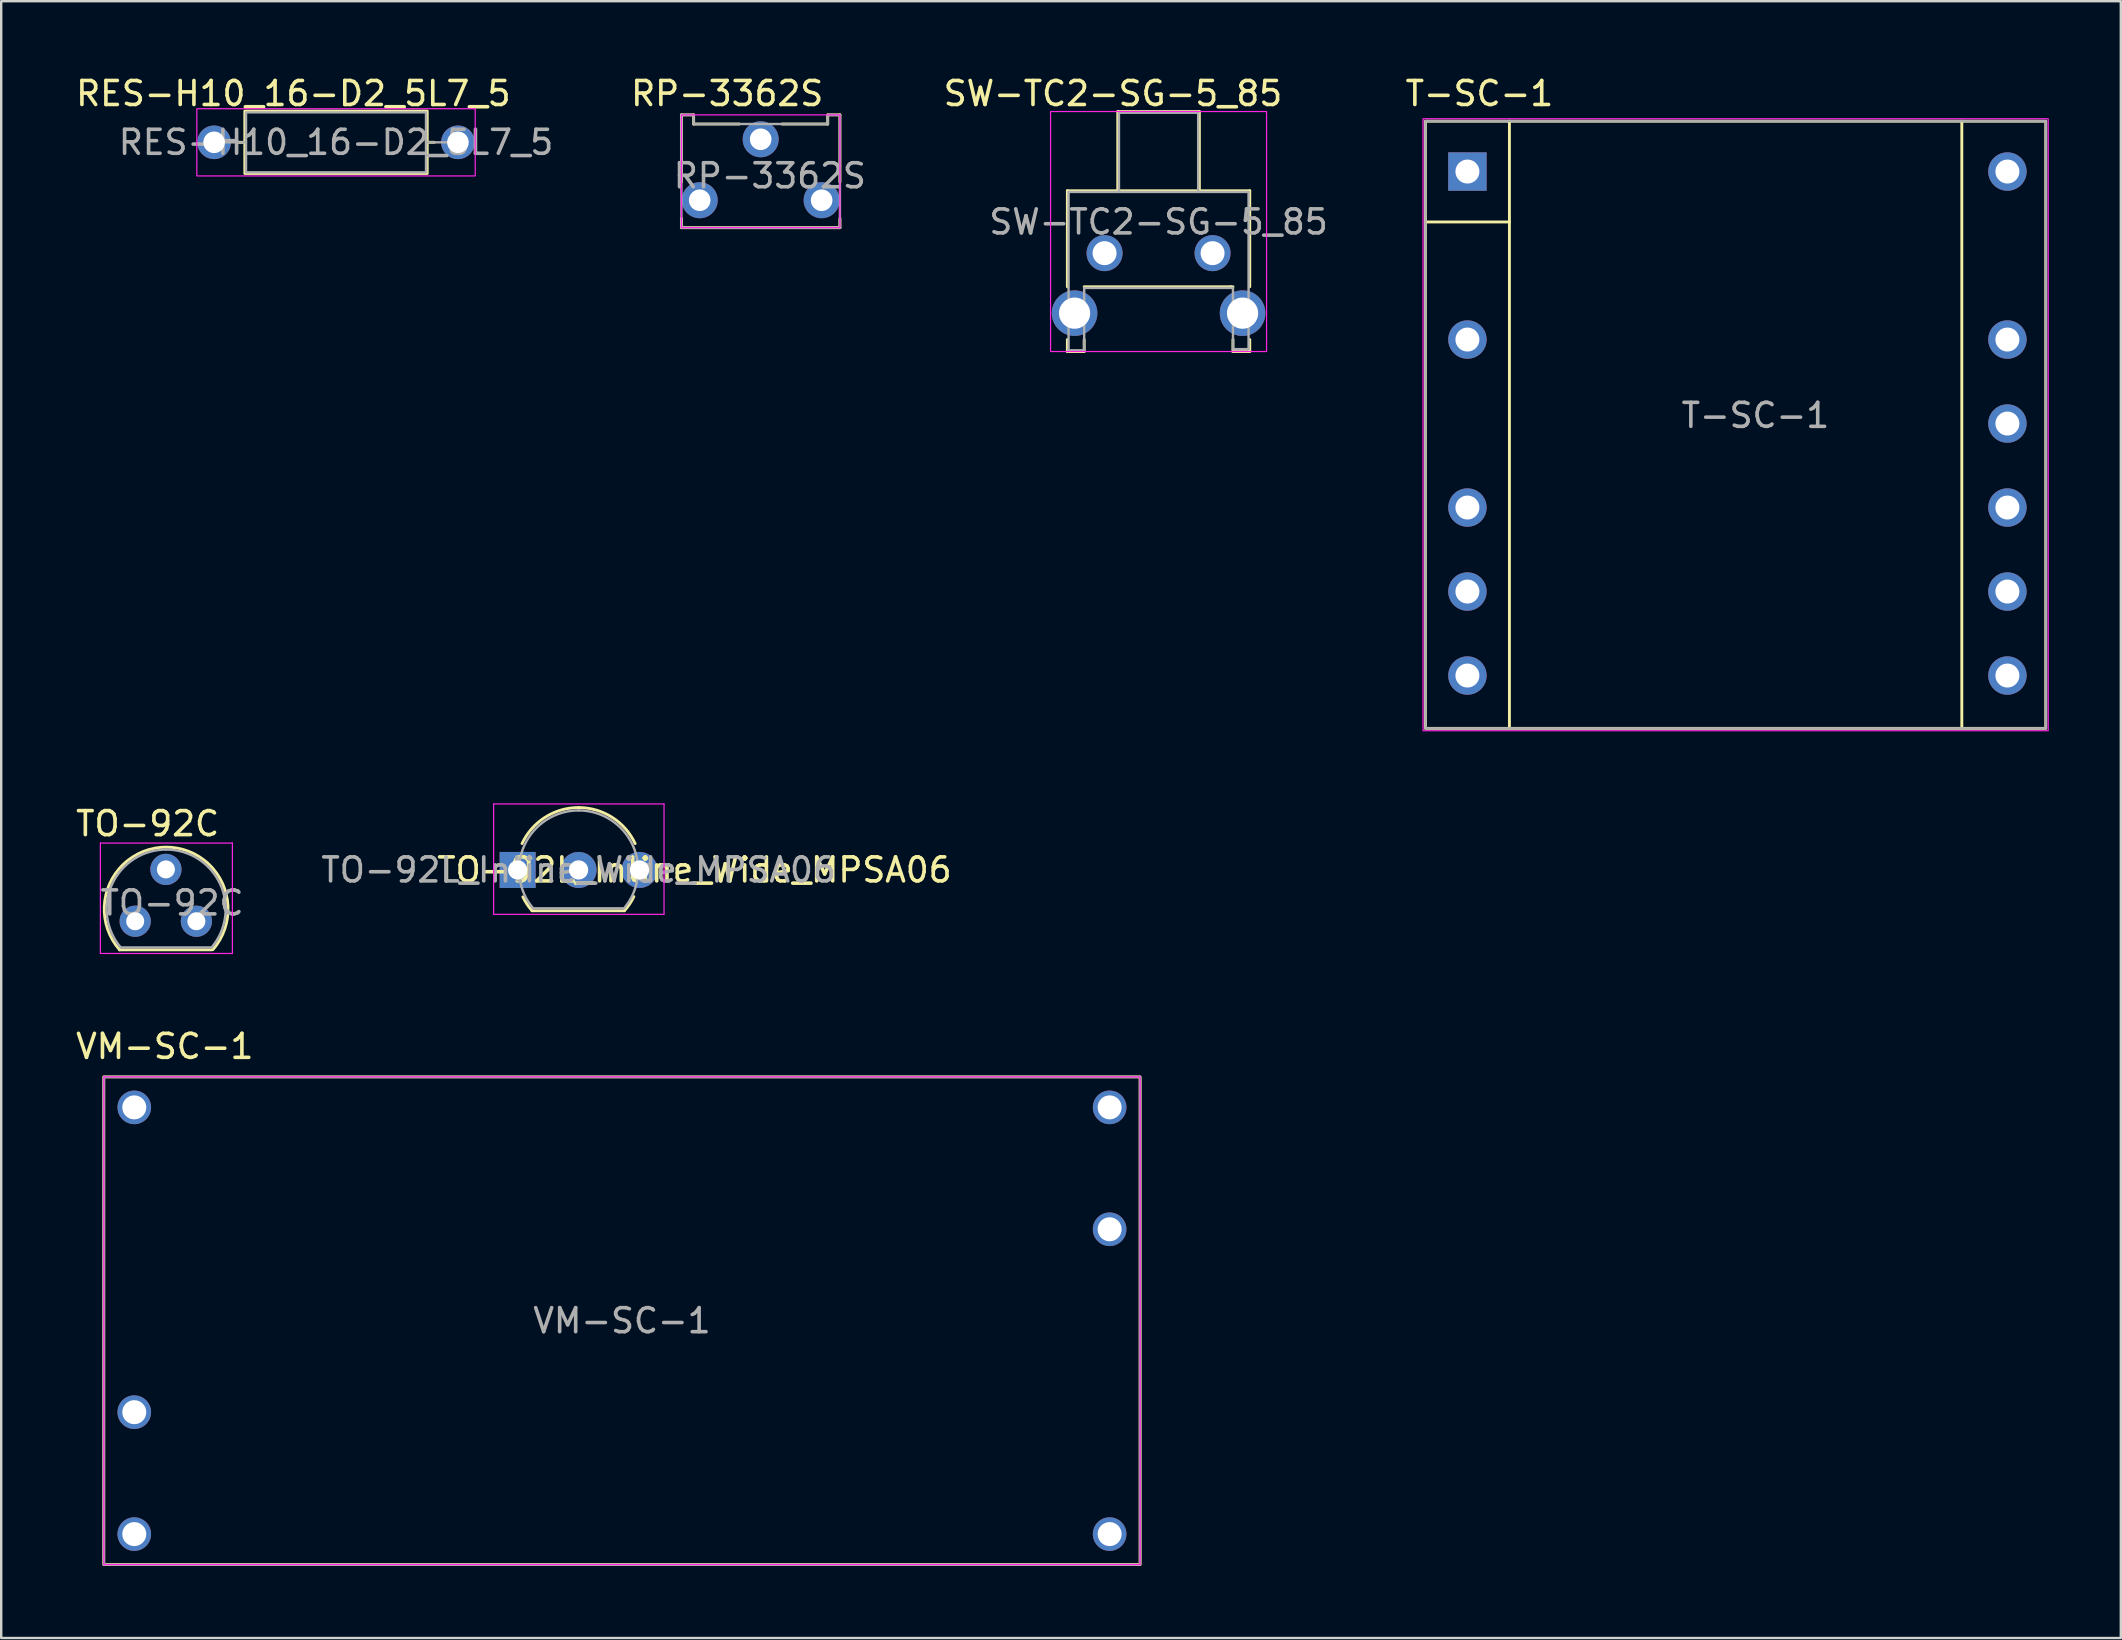
<source format=kicad_pcb>
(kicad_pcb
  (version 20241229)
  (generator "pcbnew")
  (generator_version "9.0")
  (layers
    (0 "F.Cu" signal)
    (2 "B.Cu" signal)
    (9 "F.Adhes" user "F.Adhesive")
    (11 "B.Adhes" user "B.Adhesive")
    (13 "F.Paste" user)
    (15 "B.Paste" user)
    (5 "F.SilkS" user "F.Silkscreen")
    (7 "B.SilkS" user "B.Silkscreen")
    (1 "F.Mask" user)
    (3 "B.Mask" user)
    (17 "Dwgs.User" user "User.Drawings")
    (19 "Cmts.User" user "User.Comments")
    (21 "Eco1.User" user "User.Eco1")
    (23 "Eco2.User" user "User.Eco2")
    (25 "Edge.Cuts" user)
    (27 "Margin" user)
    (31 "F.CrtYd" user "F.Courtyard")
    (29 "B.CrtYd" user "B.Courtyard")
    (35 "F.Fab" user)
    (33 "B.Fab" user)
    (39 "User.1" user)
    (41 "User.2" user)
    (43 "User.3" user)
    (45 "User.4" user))
  (footprint "TO-92C"
    (layer "F.Cu")
    (at 3.863 33.176)
    (property "Reference" "TO-92C" (at -0.762 -1.905 0) (unlocked yes) (layer "F.SilkS") (effects (font (size 1 1) (thickness 0.15))))
    (attr through_hole)
    (fp_line (start -1.93 3.351) (end 1.92 3.351) (stroke (width 0.12) (type solid)) (layer "F.SilkS"))
    (fp_arc (start -1.93 3.351) (mid 0.003448 -0.928449) (end 1.958611 3.341122) (stroke (width 0.12) (type solid)) (layer "F.SilkS"))
    (fp_line (start -2.73 -1.099) (end -2.73 3.501) (stroke (width 0.05) (type solid)) (layer "F.CrtYd"))
    (fp_line (start -2.73 -1.099) (end 2.77 -1.099) (stroke (width 0.05) (type solid)) (layer "F.CrtYd"))
    (fp_line (start 2.77 3.501) (end -2.73 3.501) (stroke (width 0.05) (type solid)) (layer "F.CrtYd"))
    (fp_line (start 2.77 3.501) (end 2.77 -1.099) (stroke (width 0.05) (type solid)) (layer "F.CrtYd"))
    (fp_line (start -1.88 3.251) (end 1.87 3.251) (stroke (width 0.1) (type solid)) (layer "F.Fab"))
    (fp_arc (start -1.882818 3.253385) (mid -2.239924 0.607812) (end 0.01 -0.829) (stroke (width 0.1) (type solid)) (layer "F.Fab"))
    (fp_arc (start 0.01 -0.829) (mid 2.257211 0.601981) (end 1.911103 3.243547) (stroke (width 0.1) (type solid)) (layer "F.Fab"))
    (fp_text user "${REFERENCE}" (at 0.254 1.397 0) (layer "F.Fab") (effects (font (size 1 1) (thickness 0.15))))
    (pad "1" thru_hole circle (at 1.27 2.159) (size 1.3 1.3) (drill 0.75) (layers "*.Cu" "*.Mask"))
    (pad "2" thru_hole circle (at 0 0) (size 1.3 1.3) (drill 0.75) (layers "*.Cu" "*.Mask"))
    (pad "3" thru_hole circle (at -1.28 2.159) (size 1.3 1.3) (drill 0.75) (layers "*.Cu" "*.Mask")))
  (footprint "SW-TC2-SG-5_85"
    (layer "F.Cu")
    (at 45.224 7.498)
    (property "Reference" "SW-TC2-SG-5_85" (at -1.9 -6.65 0) (unlocked yes) (layer "F.SilkS") (effects (font (size 1 1) (thickness 0.15))))
    (attr through_hole)
    (fp_line (start -3.8 -2.6) (end 3.8 -2.6) (stroke (width 0.12) (type solid)) (layer "F.SilkS"))
    (fp_line (start -3.8 1.4) (end -3.8 -2.6) (stroke (width 0.12) (type solid)) (layer "F.SilkS"))
    (fp_line (start -3.8 3.6) (end -3.8 4.1) (stroke (width 0.12) (type solid)) (layer "F.SilkS"))
    (fp_line (start -3.8 4.1) (end -3.1 4.1) (stroke (width 0.12) (type solid)) (layer "F.SilkS"))
    (fp_line (start -3.1 1.4) (end 3 1.4) (stroke (width 0.12) (type solid)) (layer "F.SilkS"))
    (fp_line (start -3.1 4.1) (end -3.1 3.6) (stroke (width 0.12) (type solid)) (layer "F.SilkS"))
    (fp_line (start -1.7 -5.9) (end 1.7 -5.9) (stroke (width 0.12) (type solid)) (layer "F.SilkS"))
    (fp_line (start -1.7 -2.6) (end -1.7 -5.9) (stroke (width 0.12) (type solid)) (layer "F.SilkS"))
    (fp_line (start 1.7 -5.9) (end 1.7 -2.6) (stroke (width 0.12) (type solid)) (layer "F.SilkS"))
    (fp_line (start 3 1.4) (end 3.1 1.4) (stroke (width 0.12) (type solid)) (layer "F.SilkS"))
    (fp_line (start 3.1 3.6) (end 3.1 4.1) (stroke (width 0.12) (type solid)) (layer "F.SilkS"))
    (fp_line (start 3.1 4.1) (end 3.8 4.1) (stroke (width 0.12) (type solid)) (layer "F.SilkS"))
    (fp_line (start 3.8 -2.6) (end 3.8 1.4) (stroke (width 0.12) (type solid)) (layer "F.SilkS"))
    (fp_line (start 3.8 4.1) (end 3.8 3.6) (stroke (width 0.12) (type solid)) (layer "F.SilkS"))
    (fp_rect (start -4.5 -5.9) (end 4.5 4.1) (stroke (width 0.05) (type solid)) (fill no) (layer "F.CrtYd"))
    (fp_line (start -3.75 -2.55) (end 3.75 -2.55) (stroke (width 0.1) (type solid)) (layer "F.Fab"))
    (fp_line (start -3.75 4.05) (end -3.75 -2.55) (stroke (width 0.1) (type solid)) (layer "F.Fab"))
    (fp_line (start -3.1 1.45) (end -3.1 4.05) (stroke (width 0.1) (type solid)) (layer "F.Fab"))
    (fp_line (start -3.1 4.05) (end -3.75 4.05) (stroke (width 0.1) (type solid)) (layer "F.Fab"))
    (fp_line (start -1.65 -5.85) (end 1.65 -5.85) (stroke (width 0.1) (type solid)) (layer "F.Fab"))
    (fp_line (start -1.65 -2.55) (end -1.65 -5.85) (stroke (width 0.1) (type solid)) (layer "F.Fab"))
    (fp_line (start 1.65 -5.85) (end 1.65 -2.55) (stroke (width 0.1) (type solid)) (layer "F.Fab"))
    (fp_line (start 3.1 1.45) (end -3.1 1.45) (stroke (width 0.1) (type solid)) (layer "F.Fab"))
    (fp_line (start 3.1 4) (end 3.1 1.45) (stroke (width 0.1) (type solid)) (layer "F.Fab"))
    (fp_line (start 3.75 -2.55) (end 3.75 4) (stroke (width 0.1) (type solid)) (layer "F.Fab"))
    (fp_line (start 3.75 4) (end 3.1 4) (stroke (width 0.1) (type solid)) (layer "F.Fab"))
    (fp_text user "${REFERENCE}" (at 0 -1.3 0) (unlocked yes) (layer "F.Fab") (effects (font (size 1 1) (thickness 0.15))))
    (pad "1" thru_hole circle (at -2.25 0) (size 1.5 1.5) (drill 1) (layers "*.Cu" "*.Mask") (remove_unused_layers yes) (keep_end_layers yes) (zone_layer_connections))
    (pad "2" thru_hole circle (at 2.25 0) (size 1.5 1.5) (drill 1) (layers "*.Cu" "*.Mask"))
    (pad "3" thru_hole circle (at -3.5 2.5) (size 1.9 1.9) (drill 1.3) (layers "*.Cu" "*.Mask") (remove_unused_layers yes) (keep_end_layers yes) (zone_layer_connections))
    (pad "4" thru_hole circle (at 3.5 2.5) (size 1.9 1.9) (drill 1.3) (layers "*.Cu" "*.Mask") (remove_unused_layers yes) (keep_end_layers yes) (zone_layer_connections)))
  (footprint "RP-3362S"
    (layer "F.Cu")
    (at 28.645 2.753)
    (property "Reference" "RP-3362S" (at -1.397 -1.905 0) (unlocked yes) (layer "F.SilkS") (effects (font (size 1 1) (thickness 0.15))))
    (attr through_hole)
    (fp_line (start -3.302 -1.016) (end -2.794 -1.016) (stroke (width 0.12) (type solid)) (layer "F.SilkS"))
    (fp_line (start -3.302 1.778) (end -3.302 -1.016) (stroke (width 0.12) (type solid)) (layer "F.SilkS"))
    (fp_line (start -3.302 3.302) (end -3.302 3.683) (stroke (width 0.12) (type solid)) (layer "F.SilkS"))
    (fp_line (start -3.302 3.683) (end 3.302 3.683) (stroke (width 0.12) (type solid)) (layer "F.SilkS"))
    (fp_line (start -2.794 -1.016) (end -2.794 -0.635) (stroke (width 0.12) (type solid)) (layer "F.SilkS"))
    (fp_line (start -2.794 -0.635) (end -0.889 -0.635) (stroke (width 0.12) (type solid)) (layer "F.SilkS"))
    (fp_line (start 0.889 -0.635) (end 2.794 -0.635) (stroke (width 0.12) (type solid)) (layer "F.SilkS"))
    (fp_line (start 2.794 -1.016) (end 3.302 -1.016) (stroke (width 0.12) (type solid)) (layer "F.SilkS"))
    (fp_line (start 2.794 -0.635) (end 2.794 -1.016) (stroke (width 0.12) (type solid)) (layer "F.SilkS"))
    (fp_line (start 3.302 -1.016) (end 3.302 1.778) (stroke (width 0.12) (type solid)) (layer "F.SilkS"))
    (fp_line (start 3.302 3.683) (end 3.302 3.302) (stroke (width 0.12) (type solid)) (layer "F.SilkS"))
    (fp_rect (start -3.302 -1.016) (end 3.302 3.683) (stroke (width 0.05) (type solid)) (fill no) (layer "F.CrtYd"))
    (fp_line (start -3.302 -1.016) (end -3.302 3.683) (stroke (width 0.1) (type solid)) (layer "F.Fab"))
    (fp_line (start -3.302 3.683) (end 3.302 3.683) (stroke (width 0.1) (type solid)) (layer "F.Fab"))
    (fp_line (start -2.794 -1.016) (end -3.302 -1.016) (stroke (width 0.1) (type solid)) (layer "F.Fab"))
    (fp_line (start -2.794 -0.635) (end -2.794 -1.016) (stroke (width 0.1) (type solid)) (layer "F.Fab"))
    (fp_line (start 2.794 -1.016) (end 2.794 -0.635) (stroke (width 0.1) (type solid)) (layer "F.Fab"))
    (fp_line (start 2.794 -0.635) (end -2.794 -0.635) (stroke (width 0.1) (type solid)) (layer "F.Fab"))
    (fp_line (start 3.302 -1.016) (end 2.794 -1.016) (stroke (width 0.1) (type solid)) (layer "F.Fab"))
    (fp_line (start 3.302 3.683) (end 3.302 -1.016) (stroke (width 0.1) (type solid)) (layer "F.Fab"))
    (fp_text user "${REFERENCE}" (at 0.381 1.524 0) (unlocked yes) (layer "F.Fab") (effects (font (size 1 1) (thickness 0.15))))
    (pad "1" thru_hole circle (at -2.54 2.54) (size 1.5 1.5) (drill 0.9) (layers "*.Cu" "*.Mask") (remove_unused_layers yes) (keep_end_layers yes) (zone_layer_connections))
    (pad "2" thru_hole circle (at 0 0) (size 1.5 1.5) (drill 0.9) (layers "*.Cu" "*.Mask") (remove_unused_layers yes) (keep_end_layers yes) (zone_layer_connections))
    (pad "3" thru_hole circle (at 2.54 2.54) (size 1.5 1.5) (drill 0.9) (layers "*.Cu" "*.Mask") (remove_unused_layers yes) (keep_end_layers yes) (zone_layer_connections)))
  (footprint "TO-92L_Inline_Wide_MPSA06"
    (layer "F.Cu")
    (at 18.518 33.198)
    (property "Reference" "TO-92L_Inline_Wide_MPSA06" (at 7.366 0 180) (layer "F.SilkS") (effects (font (size 1 1) (thickness 0.15))))
    (attr through_hole)
    (fp_line (start 0.6 1.7) (end 4.45 1.7) (stroke (width 0.12) (type solid)) (layer "F.SilkS"))
    (fp_arc (start 0.1836 -1.098807) (mid 1.143021 -2.192817) (end 2.54 -2.6) (stroke (width 0.12) (type solid)) (layer "F.SilkS"))
    (fp_arc (start 0.6 1.7) (mid 0.389183 1.423933) (end 0.217369 1.122045) (stroke (width 0.12) (type solid)) (layer "F.SilkS"))
    (fp_arc (start 2.54 -2.6) (mid 3.936979 -2.192818) (end 4.8964 -1.098807) (stroke (width 0.12) (type solid)) (layer "F.SilkS"))
    (fp_arc (start 4.842383 1.112264) (mid 4.666594 1.419753) (end 4.45 1.7) (stroke (width 0.12) (type solid)) (layer "F.SilkS"))
    (fp_line (start -1 -2.75) (end -1 1.85) (stroke (width 0.05) (type solid)) (layer "F.CrtYd"))
    (fp_line (start -1 -2.75) (end 6.1 -2.75) (stroke (width 0.05) (type solid)) (layer "F.CrtYd"))
    (fp_line (start 6.1 1.85) (end -1 1.85) (stroke (width 0.05) (type solid)) (layer "F.CrtYd"))
    (fp_line (start 6.1 1.85) (end 6.1 -2.75) (stroke (width 0.05) (type solid)) (layer "F.CrtYd"))
    (fp_line (start 0.65 1.6) (end 4.4 1.6) (stroke (width 0.1) (type solid)) (layer "F.Fab"))
    (fp_arc (start 0.647182 1.602385) (mid 0.290076 -1.043188) (end 2.54 -2.48) (stroke (width 0.1) (type solid)) (layer "F.Fab"))
    (fp_arc (start 2.54 -2.48) (mid 4.787211 -1.049019) (end 4.441103 1.592547) (stroke (width 0.1) (type solid)) (layer "F.Fab"))
    (fp_text user "${REFERENCE}" (at 2.54 0 180) (layer "F.Fab") (effects (font (size 1 1) (thickness 0.15))))
    (pad "1" thru_hole circle (at 5.08 0) (size 1.5 1.5) (drill 0.8) (layers "*.Cu" "*.Mask"))
    (pad "2" thru_hole circle (at 2.54 0) (size 1.5 1.5) (drill 0.8) (layers "*.Cu" "*.Mask"))
    (pad "3" thru_hole rect (at 0 0) (size 1.5 1.5) (drill 0.8) (layers "*.Cu" "*.Mask")))
  (footprint "T-SC-1"
    (layer "F.Cu")
    (at 58.093 4.098)
    (property "Reference" "T-SC-1" (at 0.5 -3.25 0) (unlocked yes) (layer "F.SilkS") (effects (font (size 1 1) (thickness 0.15))))
    (attr through_hole)
    (fp_line (start -1.75 2.1) (end 1.75 2.1) (stroke (width 0.12) (type solid)) (layer "F.SilkS"))
    (fp_line (start 1.75 -2.1) (end 1.75 23.15) (stroke (width 0.12) (type solid)) (layer "F.SilkS"))
    (fp_line (start 20.6 -2.1) (end 20.6 23.15) (stroke (width 0.12) (type solid)) (layer "F.SilkS"))
    (fp_rect (start -1.75 -2.1) (end 24.1 23.2) (stroke (width 0.12) (type solid)) (fill no) (layer "F.SilkS"))
    (fp_rect (start -1.85 -2.2) (end 24.2 23.3) (stroke (width 0.05) (type solid)) (fill no) (layer "F.CrtYd"))
    (fp_rect (start -1.75 -2.1) (end 24.1 23.2) (stroke (width 0.1) (type solid)) (fill no) (layer "F.Fab"))
    (fp_text user "${REFERENCE}" (at 12 10.16 0) (unlocked yes) (layer "F.Fab") (effects (font (size 1 1) (thickness 0.15))))
    (pad "1" thru_hole rect (at 0 0) (size 1.6 1.6) (drill 1) (layers "*.Cu" "*.Mask") (remove_unused_layers yes) (keep_end_layers yes) (zone_layer_connections))
    (pad "2" thru_hole circle (at 0 7) (size 1.6 1.6) (drill 1) (layers "*.Cu" "*.Mask") (remove_unused_layers yes) (keep_end_layers yes) (zone_layer_connections))
    (pad "3" thru_hole circle (at 0 14) (size 1.6 1.6) (drill 1) (layers "*.Cu" "*.Mask") (remove_unused_layers yes) (keep_end_layers yes) (zone_layer_connections))
    (pad "4" thru_hole circle (at 0 17.5) (size 1.6 1.6) (drill 1) (layers "*.Cu" "*.Mask") (remove_unused_layers yes) (keep_end_layers yes) (zone_layer_connections))
    (pad "5" thru_hole circle (at 0 21) (size 1.6 1.6) (drill 1) (layers "*.Cu" "*.Mask") (remove_unused_layers yes) (keep_end_layers yes) (zone_layer_connections))
    (pad "6" thru_hole circle (at 22.5 21) (size 1.6 1.6) (drill 1) (layers "*.Cu" "*.Mask") (remove_unused_layers yes) (keep_end_layers yes) (zone_layer_connections))
    (pad "7" thru_hole circle (at 22.5 17.5) (size 1.6 1.6) (drill 1) (layers "*.Cu" "*.Mask") (remove_unused_layers yes) (keep_end_layers yes) (zone_layer_connections))
    (pad "8" thru_hole circle (at 22.5 14) (size 1.6 1.6) (drill 1) (layers "*.Cu" "*.Mask") (remove_unused_layers yes) (keep_end_layers yes) (zone_layer_connections))
    (pad "9" thru_hole circle (at 22.5 10.5) (size 1.6 1.6) (drill 1) (layers "*.Cu" "*.Mask") (remove_unused_layers yes) (keep_end_layers yes) (zone_layer_connections))
    (pad "10" thru_hole circle (at 22.5 7) (size 1.6 1.6) (drill 1) (layers "*.Cu" "*.Mask") (remove_unused_layers yes) (keep_end_layers yes) (zone_layer_connections))
    (pad "11" thru_hole circle (at 22.5 0) (size 1.6 1.6) (drill 1) (layers "*.Cu" "*.Mask") (remove_unused_layers yes) (keep_end_layers yes) (zone_layer_connections)))
  (footprint "RES-H10_16-D2_5L7_5"
    (layer "F.Cu")
    (at 10.951 2.88)
    (property "Reference" "RES-H10_16-D2_5L7_5" (at -1.778 -2.032 0) (unlocked yes) (layer "F.SilkS") (effects (font (size 1 1) (thickness 0.15))))
    (attr through_hole)
    (fp_line (start -3.8 0) (end -4.1 0) (stroke (width 0.12) (type solid)) (layer "F.SilkS"))
    (fp_line (start 3.8 0) (end 4.1 0) (stroke (width 0.12) (type solid)) (layer "F.SilkS"))
    (fp_rect (start -3.8 -1.3) (end 3.8 1.3) (stroke (width 0.12) (type solid)) (fill no) (layer "F.SilkS"))
    (fp_rect (start -5.8 -1.4) (end 5.8 1.4) (stroke (width 0.05) (type solid)) (fill no) (layer "F.CrtYd"))
    (fp_line (start -3.75 0) (end -5.08 0) (stroke (width 0.1) (type solid)) (layer "F.Fab"))
    (fp_line (start 3.75 0) (end 5.08 0) (stroke (width 0.1) (type solid)) (layer "F.Fab"))
    (fp_rect (start -3.75 -1.25) (end 3.75 1.25) (stroke (width 0.1) (type solid)) (fill no) (layer "F.Fab"))
    (fp_text user "${REFERENCE}" (at 0 0 0) (unlocked yes) (layer "F.Fab") (effects (font (size 1 1) (thickness 0.15))))
    (pad "1" thru_hole circle (at -5.08 0) (size 1.4 1.4) (drill 0.9) (layers "*.Cu" "*.Mask") (remove_unused_layers yes) (keep_end_layers yes) (zone_layer_connections))
    (pad "2" thru_hole circle (at 5.08 0) (size 1.4 1.4) (drill 0.9) (layers "*.Cu" "*.Mask") (remove_unused_layers yes) (keep_end_layers yes) (zone_layer_connections)))
  (footprint "VM-SC-1"
    (layer "F.Cu")
    (at 22.865 51.981)
    (property "Reference" "VM-SC-1" (at -19.05 -11.43 0) (unlocked yes) (layer "F.SilkS") (effects (font (size 1 1) (thickness 0.15))))
    (attr through_hole)
    (fp_rect (start -21.59 -10.16) (end 21.59 10.16) (stroke (width 0.12) (type solid)) (fill no) (layer "F.SilkS"))
    (fp_rect (start -21.59 -10.16) (end 21.59 10.16) (stroke (width 0.05) (type solid)) (fill no) (layer "F.CrtYd"))
    (fp_rect (start -21.59 -10.16) (end 21.59 10.16) (stroke (width 0.1) (type solid)) (fill no) (layer "F.Fab"))
    (fp_text user "${REFERENCE}" (at 0 0 0) (unlocked yes) (layer "F.Fab") (effects (font (size 1 1) (thickness 0.15))))
    (pad "1" thru_hole circle (at -20.32 -8.89) (size 1.4 1.4) (drill 1) (layers "*.Cu" "*.Mask") (remove_unused_layers yes) (keep_end_layers yes) (zone_layer_connections))
    (pad "2" thru_hole circle (at -20.32 3.81) (size 1.4 1.4) (drill 1) (layers "*.Cu" "*.Mask") (remove_unused_layers yes) (keep_end_layers yes) (zone_layer_connections))
    (pad "3" thru_hole circle (at -20.32 8.89) (size 1.4 1.4) (drill 1) (layers "*.Cu" "*.Mask") (remove_unused_layers yes) (keep_end_layers yes) (zone_layer_connections))
    (pad "4" thru_hole circle (at 20.32 8.89) (size 1.4 1.4) (drill 1) (layers "*.Cu" "*.Mask") (remove_unused_layers yes) (keep_end_layers yes) (zone_layer_connections))
    (pad "5" thru_hole circle (at 20.32 -3.81) (size 1.4 1.4) (drill 1) (layers "*.Cu" "*.Mask") (remove_unused_layers yes) (keep_end_layers yes) (zone_layer_connections))
    (pad "6" thru_hole circle (at 20.32 -8.89) (size 1.4 1.4) (drill 1) (layers "*.Cu" "*.Mask") (remove_unused_layers yes) (keep_end_layers yes) (zone_layer_connections)))
  (gr_rect
    (start -3 -3)
    (end 85.318 65.201)
    (stroke (width 0.1) (type default))
    (fill no)
    (layer "Edge.Cuts")))
</source>
